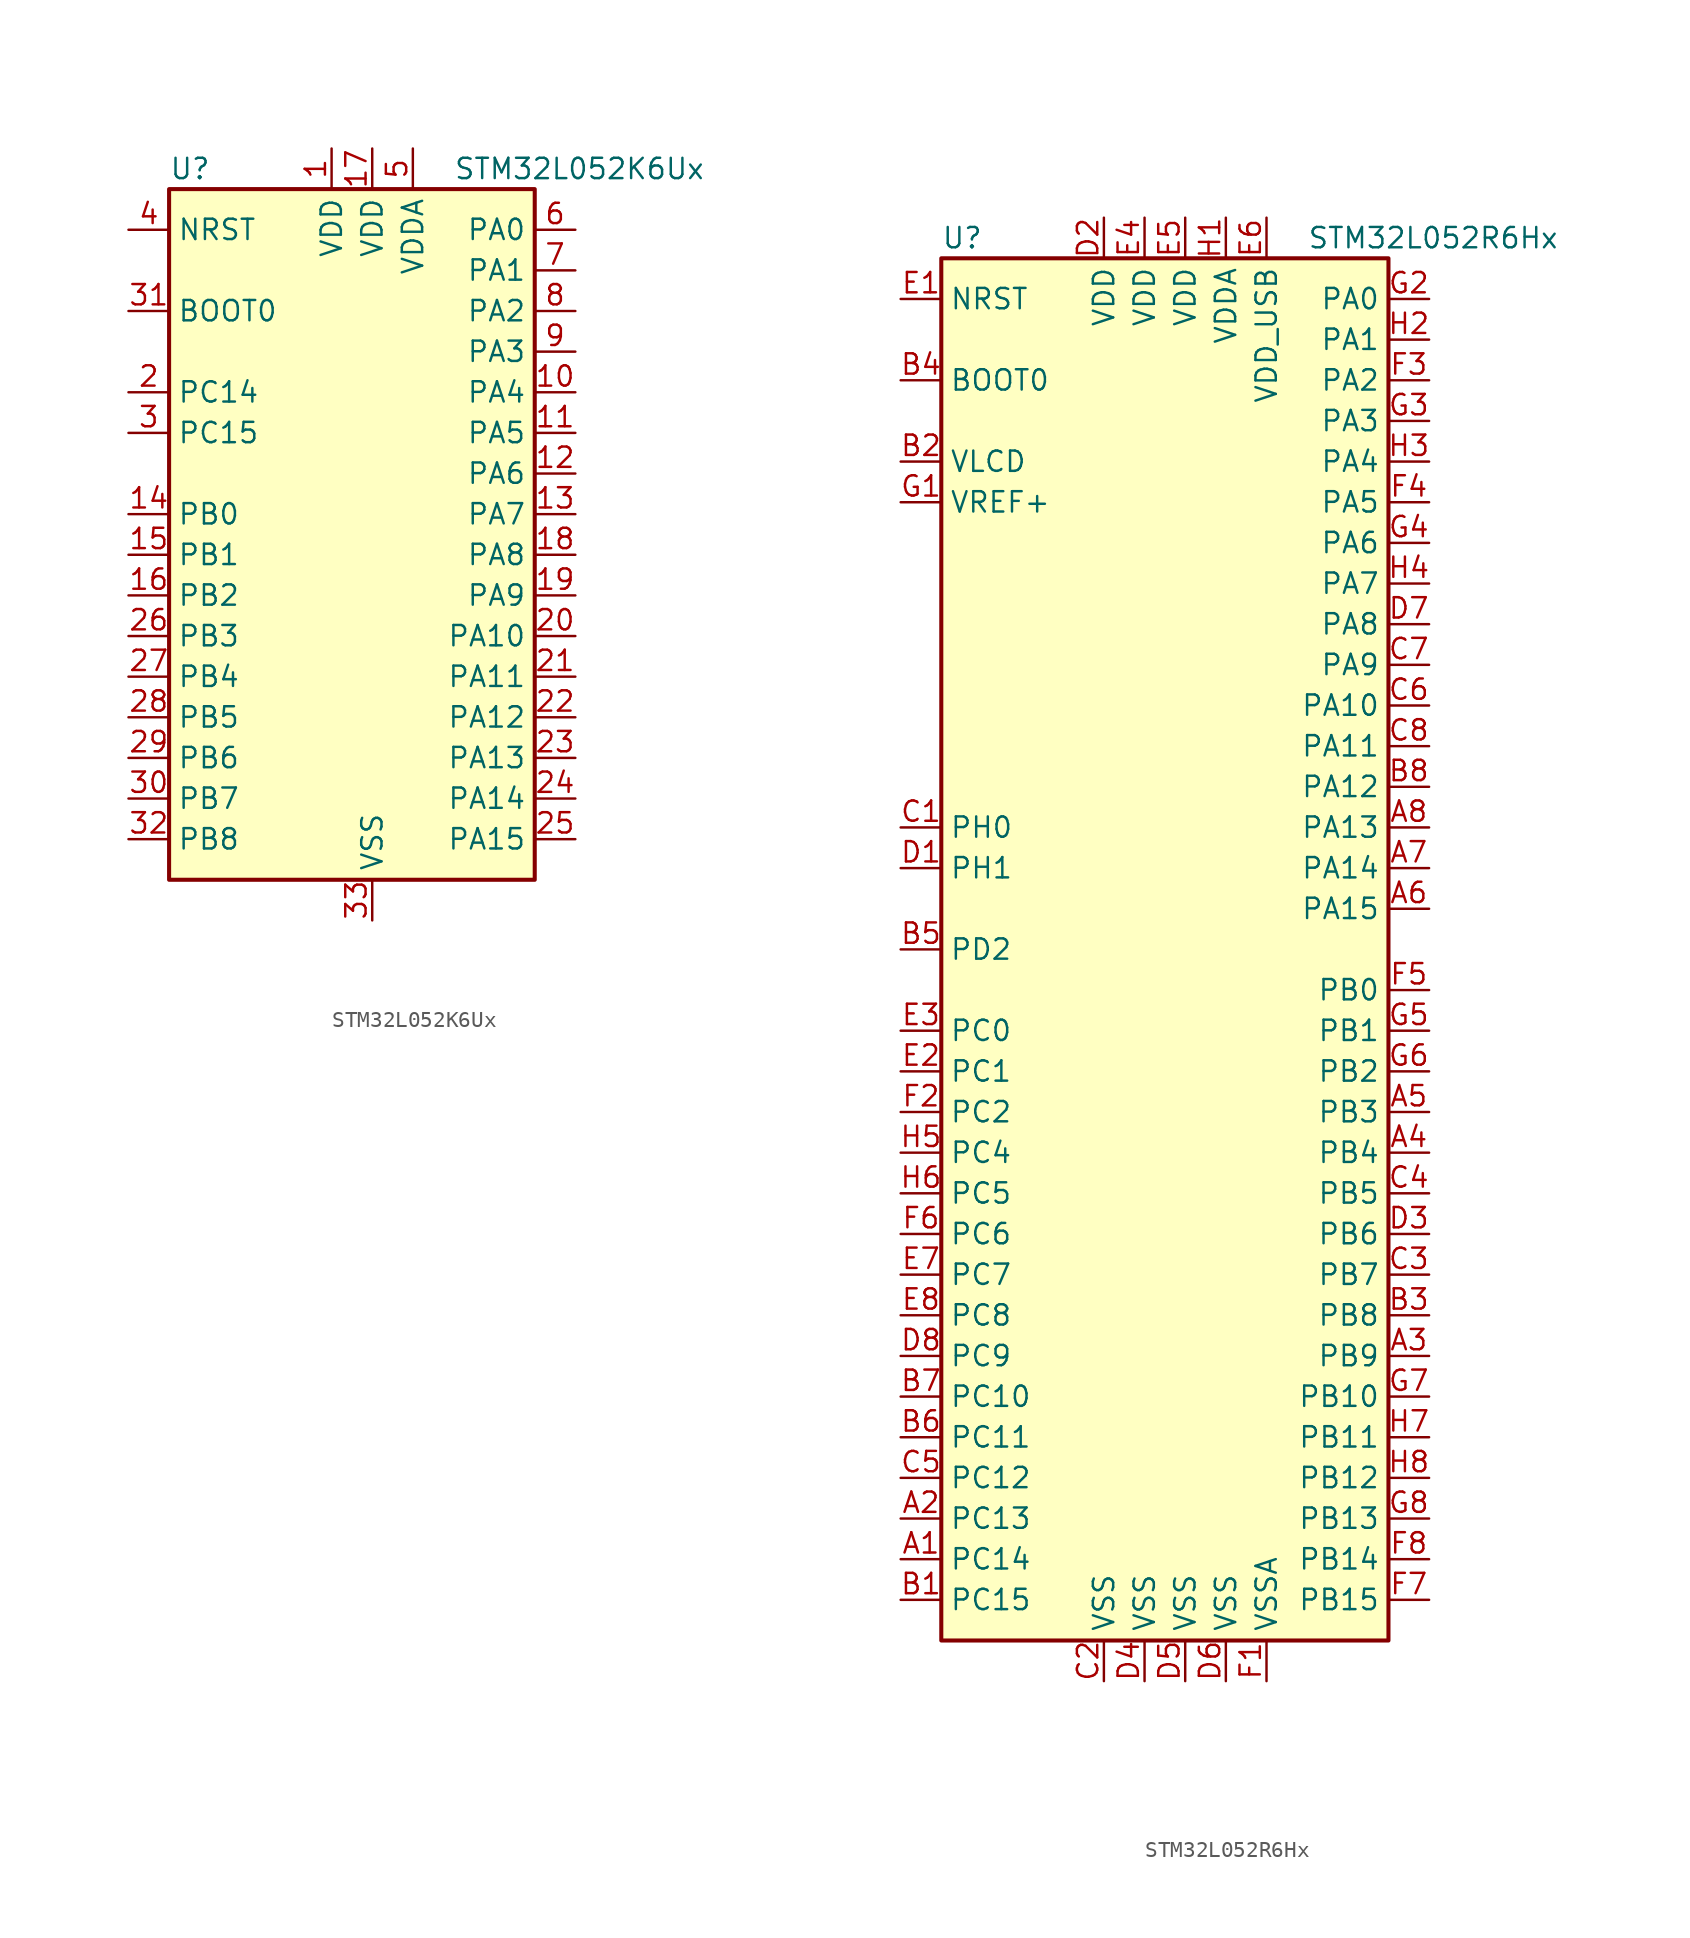
<source format=kicad_sym>
(kicad_symbol_lib
  (version 20211014)
  (generator kicad_symbol_editor)
  (symbol "STM32L052K6Ux"
    (property "Reference" "U"
      (at -12.7 21.59 0)
      (effects (font (size 1.27 1.27)) (justify left)))
    (property "Value" "STM32L052K6Ux"
      (at 5.08 21.59 0)
      (effects (font (size 1.27 1.27)) (justify left)))
    (symbol "STM32L052K6Ux_0_1"
      (rectangle (start -12.7 -22.86) (end 10.16 20.32) (stroke (width 0.254) (type default) (color 0 0 0 0)) (fill (type background))))
    (symbol "STM32L052K6Ux_1_1"
      (pin power_in line (at -2.54 22.86 270) (length 2.54) (name "VDD" (effects (font (size 1.27 1.27)))) (number "1" (effects (font (size 1.27 1.27)))))
      (pin bidirectional line (at 12.7 7.62 180) (length 2.54) (name "PA4" (effects (font (size 1.27 1.27)))) (number "10" (effects (font (size 1.27 1.27)))))
      (pin bidirectional line (at 12.7 5.08 180) (length 2.54) (name "PA5" (effects (font (size 1.27 1.27)))) (number "11" (effects (font (size 1.27 1.27)))))
      (pin bidirectional line (at 12.7 2.54 180) (length 2.54) (name "PA6" (effects (font (size 1.27 1.27)))) (number "12" (effects (font (size 1.27 1.27)))))
      (pin bidirectional line (at 12.7 0 180) (length 2.54) (name "PA7" (effects (font (size 1.27 1.27)))) (number "13" (effects (font (size 1.27 1.27)))))
      (pin bidirectional line (at -15.24 0 0) (length 2.54) (name "PB0" (effects (font (size 1.27 1.27)))) (number "14" (effects (font (size 1.27 1.27)))))
      (pin bidirectional line (at -15.24 -2.54 0) (length 2.54) (name "PB1" (effects (font (size 1.27 1.27)))) (number "15" (effects (font (size 1.27 1.27)))))
      (pin bidirectional line (at -15.24 -5.08 0) (length 2.54) (name "PB2" (effects (font (size 1.27 1.27)))) (number "16" (effects (font (size 1.27 1.27)))))
      (pin power_in line (at 0 22.86 270) (length 2.54) (name "VDD" (effects (font (size 1.27 1.27)))) (number "17" (effects (font (size 1.27 1.27)))))
      (pin bidirectional line (at 12.7 -2.54 180) (length 2.54) (name "PA8" (effects (font (size 1.27 1.27)))) (number "18" (effects (font (size 1.27 1.27)))))
      (pin bidirectional line (at 12.7 -5.08 180) (length 2.54) (name "PA9" (effects (font (size 1.27 1.27)))) (number "19" (effects (font (size 1.27 1.27)))))
      (pin bidirectional line (at -15.24 7.62 0) (length 2.54) (name "PC14" (effects (font (size 1.27 1.27)))) (number "2" (effects (font (size 1.27 1.27)))))
      (pin bidirectional line (at 12.7 -7.62 180) (length 2.54) (name "PA10" (effects (font (size 1.27 1.27)))) (number "20" (effects (font (size 1.27 1.27)))))
      (pin bidirectional line (at 12.7 -10.16 180) (length 2.54) (name "PA11" (effects (font (size 1.27 1.27)))) (number "21" (effects (font (size 1.27 1.27)))))
      (pin bidirectional line (at 12.7 -12.7 180) (length 2.54) (name "PA12" (effects (font (size 1.27 1.27)))) (number "22" (effects (font (size 1.27 1.27)))))
      (pin bidirectional line (at 12.7 -15.24 180) (length 2.54) (name "PA13" (effects (font (size 1.27 1.27)))) (number "23" (effects (font (size 1.27 1.27)))))
      (pin bidirectional line (at 12.7 -17.78 180) (length 2.54) (name "PA14" (effects (font (size 1.27 1.27)))) (number "24" (effects (font (size 1.27 1.27)))))
      (pin bidirectional line (at 12.7 -20.32 180) (length 2.54) (name "PA15" (effects (font (size 1.27 1.27)))) (number "25" (effects (font (size 1.27 1.27)))))
      (pin bidirectional line (at -15.24 -7.62 0) (length 2.54) (name "PB3" (effects (font (size 1.27 1.27)))) (number "26" (effects (font (size 1.27 1.27)))))
      (pin bidirectional line (at -15.24 -10.16 0) (length 2.54) (name "PB4" (effects (font (size 1.27 1.27)))) (number "27" (effects (font (size 1.27 1.27)))))
      (pin bidirectional line (at -15.24 -12.7 0) (length 2.54) (name "PB5" (effects (font (size 1.27 1.27)))) (number "28" (effects (font (size 1.27 1.27)))))
      (pin bidirectional line (at -15.24 -15.24 0) (length 2.54) (name "PB6" (effects (font (size 1.27 1.27)))) (number "29" (effects (font (size 1.27 1.27)))))
      (pin bidirectional line (at -15.24 5.08 0) (length 2.54) (name "PC15" (effects (font (size 1.27 1.27)))) (number "3" (effects (font (size 1.27 1.27)))))
      (pin bidirectional line (at -15.24 -17.78 0) (length 2.54) (name "PB7" (effects (font (size 1.27 1.27)))) (number "30" (effects (font (size 1.27 1.27)))))
      (pin input line (at -15.24 12.7 0) (length 2.54) (name "BOOT0" (effects (font (size 1.27 1.27)))) (number "31" (effects (font (size 1.27 1.27)))))
      (pin bidirectional line (at -15.24 -20.32 0) (length 2.54) (name "PB8" (effects (font (size 1.27 1.27)))) (number "32" (effects (font (size 1.27 1.27)))))
      (pin power_in line (at 0 -25.4 90) (length 2.54) (name "VSS" (effects (font (size 1.27 1.27)))) (number "33" (effects (font (size 1.27 1.27)))))
      (pin input line (at -15.24 17.78 0) (length 2.54) (name "NRST" (effects (font (size 1.27 1.27)))) (number "4" (effects (font (size 1.27 1.27)))))
      (pin power_in line (at 2.54 22.86 270) (length 2.54) (name "VDDA" (effects (font (size 1.27 1.27)))) (number "5" (effects (font (size 1.27 1.27)))))
      (pin bidirectional line (at 12.7 17.78 180) (length 2.54) (name "PA0" (effects (font (size 1.27 1.27)))) (number "6" (effects (font (size 1.27 1.27)))))
      (pin bidirectional line (at 12.7 15.24 180) (length 2.54) (name "PA1" (effects (font (size 1.27 1.27)))) (number "7" (effects (font (size 1.27 1.27)))))
      (pin bidirectional line (at 12.7 12.7 180) (length 2.54) (name "PA2" (effects (font (size 1.27 1.27)))) (number "8" (effects (font (size 1.27 1.27)))))
      (pin bidirectional line (at 12.7 10.16 180) (length 2.54) (name "PA3" (effects (font (size 1.27 1.27)))) (number "9" (effects (font (size 1.27 1.27)))))))
  (symbol "STM32L052R6Hx"
    (property "Reference" "U"
      (at -15.24 44.45 0)
      (effects (font (size 1.27 1.27)) (justify left)))
    (property "Value" "STM32L052R6Hx"
      (at 7.62 44.45 0)
      (effects (font (size 1.27 1.27)) (justify left)))
    (symbol "STM32L052R6Hx_0_1"
      (rectangle (start -15.24 -43.18) (end 12.7 43.18) (stroke (width 0.254) (type default) (color 0 0 0 0)) (fill (type background))))
    (symbol "STM32L052R6Hx_1_1"
      (pin bidirectional line (at -17.78 -38.1 0) (length 2.54) (name "PC14" (effects (font (size 1.27 1.27)))) (number "A1" (effects (font (size 1.27 1.27)))))
      (pin bidirectional line (at -17.78 -35.56 0) (length 2.54) (name "PC13" (effects (font (size 1.27 1.27)))) (number "A2" (effects (font (size 1.27 1.27)))))
      (pin bidirectional line (at 15.24 -25.4 180) (length 2.54) (name "PB9" (effects (font (size 1.27 1.27)))) (number "A3" (effects (font (size 1.27 1.27)))))
      (pin bidirectional line (at 15.24 -12.7 180) (length 2.54) (name "PB4" (effects (font (size 1.27 1.27)))) (number "A4" (effects (font (size 1.27 1.27)))))
      (pin bidirectional line (at 15.24 -10.16 180) (length 2.54) (name "PB3" (effects (font (size 1.27 1.27)))) (number "A5" (effects (font (size 1.27 1.27)))))
      (pin bidirectional line (at 15.24 2.54 180) (length 2.54) (name "PA15" (effects (font (size 1.27 1.27)))) (number "A6" (effects (font (size 1.27 1.27)))))
      (pin bidirectional line (at 15.24 5.08 180) (length 2.54) (name "PA14" (effects (font (size 1.27 1.27)))) (number "A7" (effects (font (size 1.27 1.27)))))
      (pin bidirectional line (at 15.24 7.62 180) (length 2.54) (name "PA13" (effects (font (size 1.27 1.27)))) (number "A8" (effects (font (size 1.27 1.27)))))
      (pin bidirectional line (at -17.78 -40.64 0) (length 2.54) (name "PC15" (effects (font (size 1.27 1.27)))) (number "B1" (effects (font (size 1.27 1.27)))))
      (pin power_in line (at -17.78 30.48 0) (length 2.54) (name "VLCD" (effects (font (size 1.27 1.27)))) (number "B2" (effects (font (size 1.27 1.27)))))
      (pin bidirectional line (at 15.24 -22.86 180) (length 2.54) (name "PB8" (effects (font (size 1.27 1.27)))) (number "B3" (effects (font (size 1.27 1.27)))))
      (pin input line (at -17.78 35.56 0) (length 2.54) (name "BOOT0" (effects (font (size 1.27 1.27)))) (number "B4" (effects (font (size 1.27 1.27)))))
      (pin bidirectional line (at -17.78 0 0) (length 2.54) (name "PD2" (effects (font (size 1.27 1.27)))) (number "B5" (effects (font (size 1.27 1.27)))))
      (pin bidirectional line (at -17.78 -30.48 0) (length 2.54) (name "PC11" (effects (font (size 1.27 1.27)))) (number "B6" (effects (font (size 1.27 1.27)))))
      (pin bidirectional line (at -17.78 -27.94 0) (length 2.54) (name "PC10" (effects (font (size 1.27 1.27)))) (number "B7" (effects (font (size 1.27 1.27)))))
      (pin bidirectional line (at 15.24 10.16 180) (length 2.54) (name "PA12" (effects (font (size 1.27 1.27)))) (number "B8" (effects (font (size 1.27 1.27)))))
      (pin input line (at -17.78 7.62 0) (length 2.54) (name "PH0" (effects (font (size 1.27 1.27)))) (number "C1" (effects (font (size 1.27 1.27)))))
      (pin power_in line (at -5.08 -45.72 90) (length 2.54) (name "VSS" (effects (font (size 1.27 1.27)))) (number "C2" (effects (font (size 1.27 1.27)))))
      (pin bidirectional line (at 15.24 -20.32 180) (length 2.54) (name "PB7" (effects (font (size 1.27 1.27)))) (number "C3" (effects (font (size 1.27 1.27)))))
      (pin bidirectional line (at 15.24 -15.24 180) (length 2.54) (name "PB5" (effects (font (size 1.27 1.27)))) (number "C4" (effects (font (size 1.27 1.27)))))
      (pin bidirectional line (at -17.78 -33.02 0) (length 2.54) (name "PC12" (effects (font (size 1.27 1.27)))) (number "C5" (effects (font (size 1.27 1.27)))))
      (pin bidirectional line (at 15.24 15.24 180) (length 2.54) (name "PA10" (effects (font (size 1.27 1.27)))) (number "C6" (effects (font (size 1.27 1.27)))))
      (pin bidirectional line (at 15.24 17.78 180) (length 2.54) (name "PA9" (effects (font (size 1.27 1.27)))) (number "C7" (effects (font (size 1.27 1.27)))))
      (pin bidirectional line (at 15.24 12.7 180) (length 2.54) (name "PA11" (effects (font (size 1.27 1.27)))) (number "C8" (effects (font (size 1.27 1.27)))))
      (pin input line (at -17.78 5.08 0) (length 2.54) (name "PH1" (effects (font (size 1.27 1.27)))) (number "D1" (effects (font (size 1.27 1.27)))))
      (pin power_in line (at -5.08 45.72 270) (length 2.54) (name "VDD" (effects (font (size 1.27 1.27)))) (number "D2" (effects (font (size 1.27 1.27)))))
      (pin bidirectional line (at 15.24 -17.78 180) (length 2.54) (name "PB6" (effects (font (size 1.27 1.27)))) (number "D3" (effects (font (size 1.27 1.27)))))
      (pin power_in line (at -2.54 -45.72 90) (length 2.54) (name "VSS" (effects (font (size 1.27 1.27)))) (number "D4" (effects (font (size 1.27 1.27)))))
      (pin power_in line (at 0 -45.72 90) (length 2.54) (name "VSS" (effects (font (size 1.27 1.27)))) (number "D5" (effects (font (size 1.27 1.27)))))
      (pin power_in line (at 2.54 -45.72 90) (length 2.54) (name "VSS" (effects (font (size 1.27 1.27)))) (number "D6" (effects (font (size 1.27 1.27)))))
      (pin bidirectional line (at 15.24 20.32 180) (length 2.54) (name "PA8" (effects (font (size 1.27 1.27)))) (number "D7" (effects (font (size 1.27 1.27)))))
      (pin bidirectional line (at -17.78 -25.4 0) (length 2.54) (name "PC9" (effects (font (size 1.27 1.27)))) (number "D8" (effects (font (size 1.27 1.27)))))
      (pin input line (at -17.78 40.64 0) (length 2.54) (name "NRST" (effects (font (size 1.27 1.27)))) (number "E1" (effects (font (size 1.27 1.27)))))
      (pin bidirectional line (at -17.78 -7.62 0) (length 2.54) (name "PC1" (effects (font (size 1.27 1.27)))) (number "E2" (effects (font (size 1.27 1.27)))))
      (pin bidirectional line (at -17.78 -5.08 0) (length 2.54) (name "PC0" (effects (font (size 1.27 1.27)))) (number "E3" (effects (font (size 1.27 1.27)))))
      (pin power_in line (at -2.54 45.72 270) (length 2.54) (name "VDD" (effects (font (size 1.27 1.27)))) (number "E4" (effects (font (size 1.27 1.27)))))
      (pin power_in line (at 0 45.72 270) (length 2.54) (name "VDD" (effects (font (size 1.27 1.27)))) (number "E5" (effects (font (size 1.27 1.27)))))
      (pin power_in line (at 5.08 45.72 270) (length 2.54) (name "VDD_USB" (effects (font (size 1.27 1.27)))) (number "E6" (effects (font (size 1.27 1.27)))))
      (pin bidirectional line (at -17.78 -20.32 0) (length 2.54) (name "PC7" (effects (font (size 1.27 1.27)))) (number "E7" (effects (font (size 1.27 1.27)))))
      (pin bidirectional line (at -17.78 -22.86 0) (length 2.54) (name "PC8" (effects (font (size 1.27 1.27)))) (number "E8" (effects (font (size 1.27 1.27)))))
      (pin power_in line (at 5.08 -45.72 90) (length 2.54) (name "VSSA" (effects (font (size 1.27 1.27)))) (number "F1" (effects (font (size 1.27 1.27)))))
      (pin bidirectional line (at -17.78 -10.16 0) (length 2.54) (name "PC2" (effects (font (size 1.27 1.27)))) (number "F2" (effects (font (size 1.27 1.27)))))
      (pin bidirectional line (at 15.24 35.56 180) (length 2.54) (name "PA2" (effects (font (size 1.27 1.27)))) (number "F3" (effects (font (size 1.27 1.27)))))
      (pin bidirectional line (at 15.24 27.94 180) (length 2.54) (name "PA5" (effects (font (size 1.27 1.27)))) (number "F4" (effects (font (size 1.27 1.27)))))
      (pin bidirectional line (at 15.24 -2.54 180) (length 2.54) (name "PB0" (effects (font (size 1.27 1.27)))) (number "F5" (effects (font (size 1.27 1.27)))))
      (pin bidirectional line (at -17.78 -17.78 0) (length 2.54) (name "PC6" (effects (font (size 1.27 1.27)))) (number "F6" (effects (font (size 1.27 1.27)))))
      (pin bidirectional line (at 15.24 -40.64 180) (length 2.54) (name "PB15" (effects (font (size 1.27 1.27)))) (number "F7" (effects (font (size 1.27 1.27)))))
      (pin bidirectional line (at 15.24 -38.1 180) (length 2.54) (name "PB14" (effects (font (size 1.27 1.27)))) (number "F8" (effects (font (size 1.27 1.27)))))
      (pin power_in line (at -17.78 27.94 0) (length 2.54) (name "VREF+" (effects (font (size 1.27 1.27)))) (number "G1" (effects (font (size 1.27 1.27)))))
      (pin bidirectional line (at 15.24 40.64 180) (length 2.54) (name "PA0" (effects (font (size 1.27 1.27)))) (number "G2" (effects (font (size 1.27 1.27)))))
      (pin bidirectional line (at 15.24 33.02 180) (length 2.54) (name "PA3" (effects (font (size 1.27 1.27)))) (number "G3" (effects (font (size 1.27 1.27)))))
      (pin bidirectional line (at 15.24 25.4 180) (length 2.54) (name "PA6" (effects (font (size 1.27 1.27)))) (number "G4" (effects (font (size 1.27 1.27)))))
      (pin bidirectional line (at 15.24 -5.08 180) (length 2.54) (name "PB1" (effects (font (size 1.27 1.27)))) (number "G5" (effects (font (size 1.27 1.27)))))
      (pin bidirectional line (at 15.24 -7.62 180) (length 2.54) (name "PB2" (effects (font (size 1.27 1.27)))) (number "G6" (effects (font (size 1.27 1.27)))))
      (pin bidirectional line (at 15.24 -27.94 180) (length 2.54) (name "PB10" (effects (font (size 1.27 1.27)))) (number "G7" (effects (font (size 1.27 1.27)))))
      (pin bidirectional line (at 15.24 -35.56 180) (length 2.54) (name "PB13" (effects (font (size 1.27 1.27)))) (number "G8" (effects (font (size 1.27 1.27)))))
      (pin power_in line (at 2.54 45.72 270) (length 2.54) (name "VDDA" (effects (font (size 1.27 1.27)))) (number "H1" (effects (font (size 1.27 1.27)))))
      (pin bidirectional line (at 15.24 38.1 180) (length 2.54) (name "PA1" (effects (font (size 1.27 1.27)))) (number "H2" (effects (font (size 1.27 1.27)))))
      (pin bidirectional line (at 15.24 30.48 180) (length 2.54) (name "PA4" (effects (font (size 1.27 1.27)))) (number "H3" (effects (font (size 1.27 1.27)))))
      (pin bidirectional line (at 15.24 22.86 180) (length 2.54) (name "PA7" (effects (font (size 1.27 1.27)))) (number "H4" (effects (font (size 1.27 1.27)))))
      (pin bidirectional line (at -17.78 -12.7 0) (length 2.54) (name "PC4" (effects (font (size 1.27 1.27)))) (number "H5" (effects (font (size 1.27 1.27)))))
      (pin bidirectional line (at -17.78 -15.24 0) (length 2.54) (name "PC5" (effects (font (size 1.27 1.27)))) (number "H6" (effects (font (size 1.27 1.27)))))
      (pin bidirectional line (at 15.24 -30.48 180) (length 2.54) (name "PB11" (effects (font (size 1.27 1.27)))) (number "H7" (effects (font (size 1.27 1.27)))))
      (pin bidirectional line (at 15.24 -33.02 180) (length 2.54) (name "PB12" (effects (font (size 1.27 1.27)))) (number "H8" (effects (font (size 1.27 1.27))))))))
</source>
